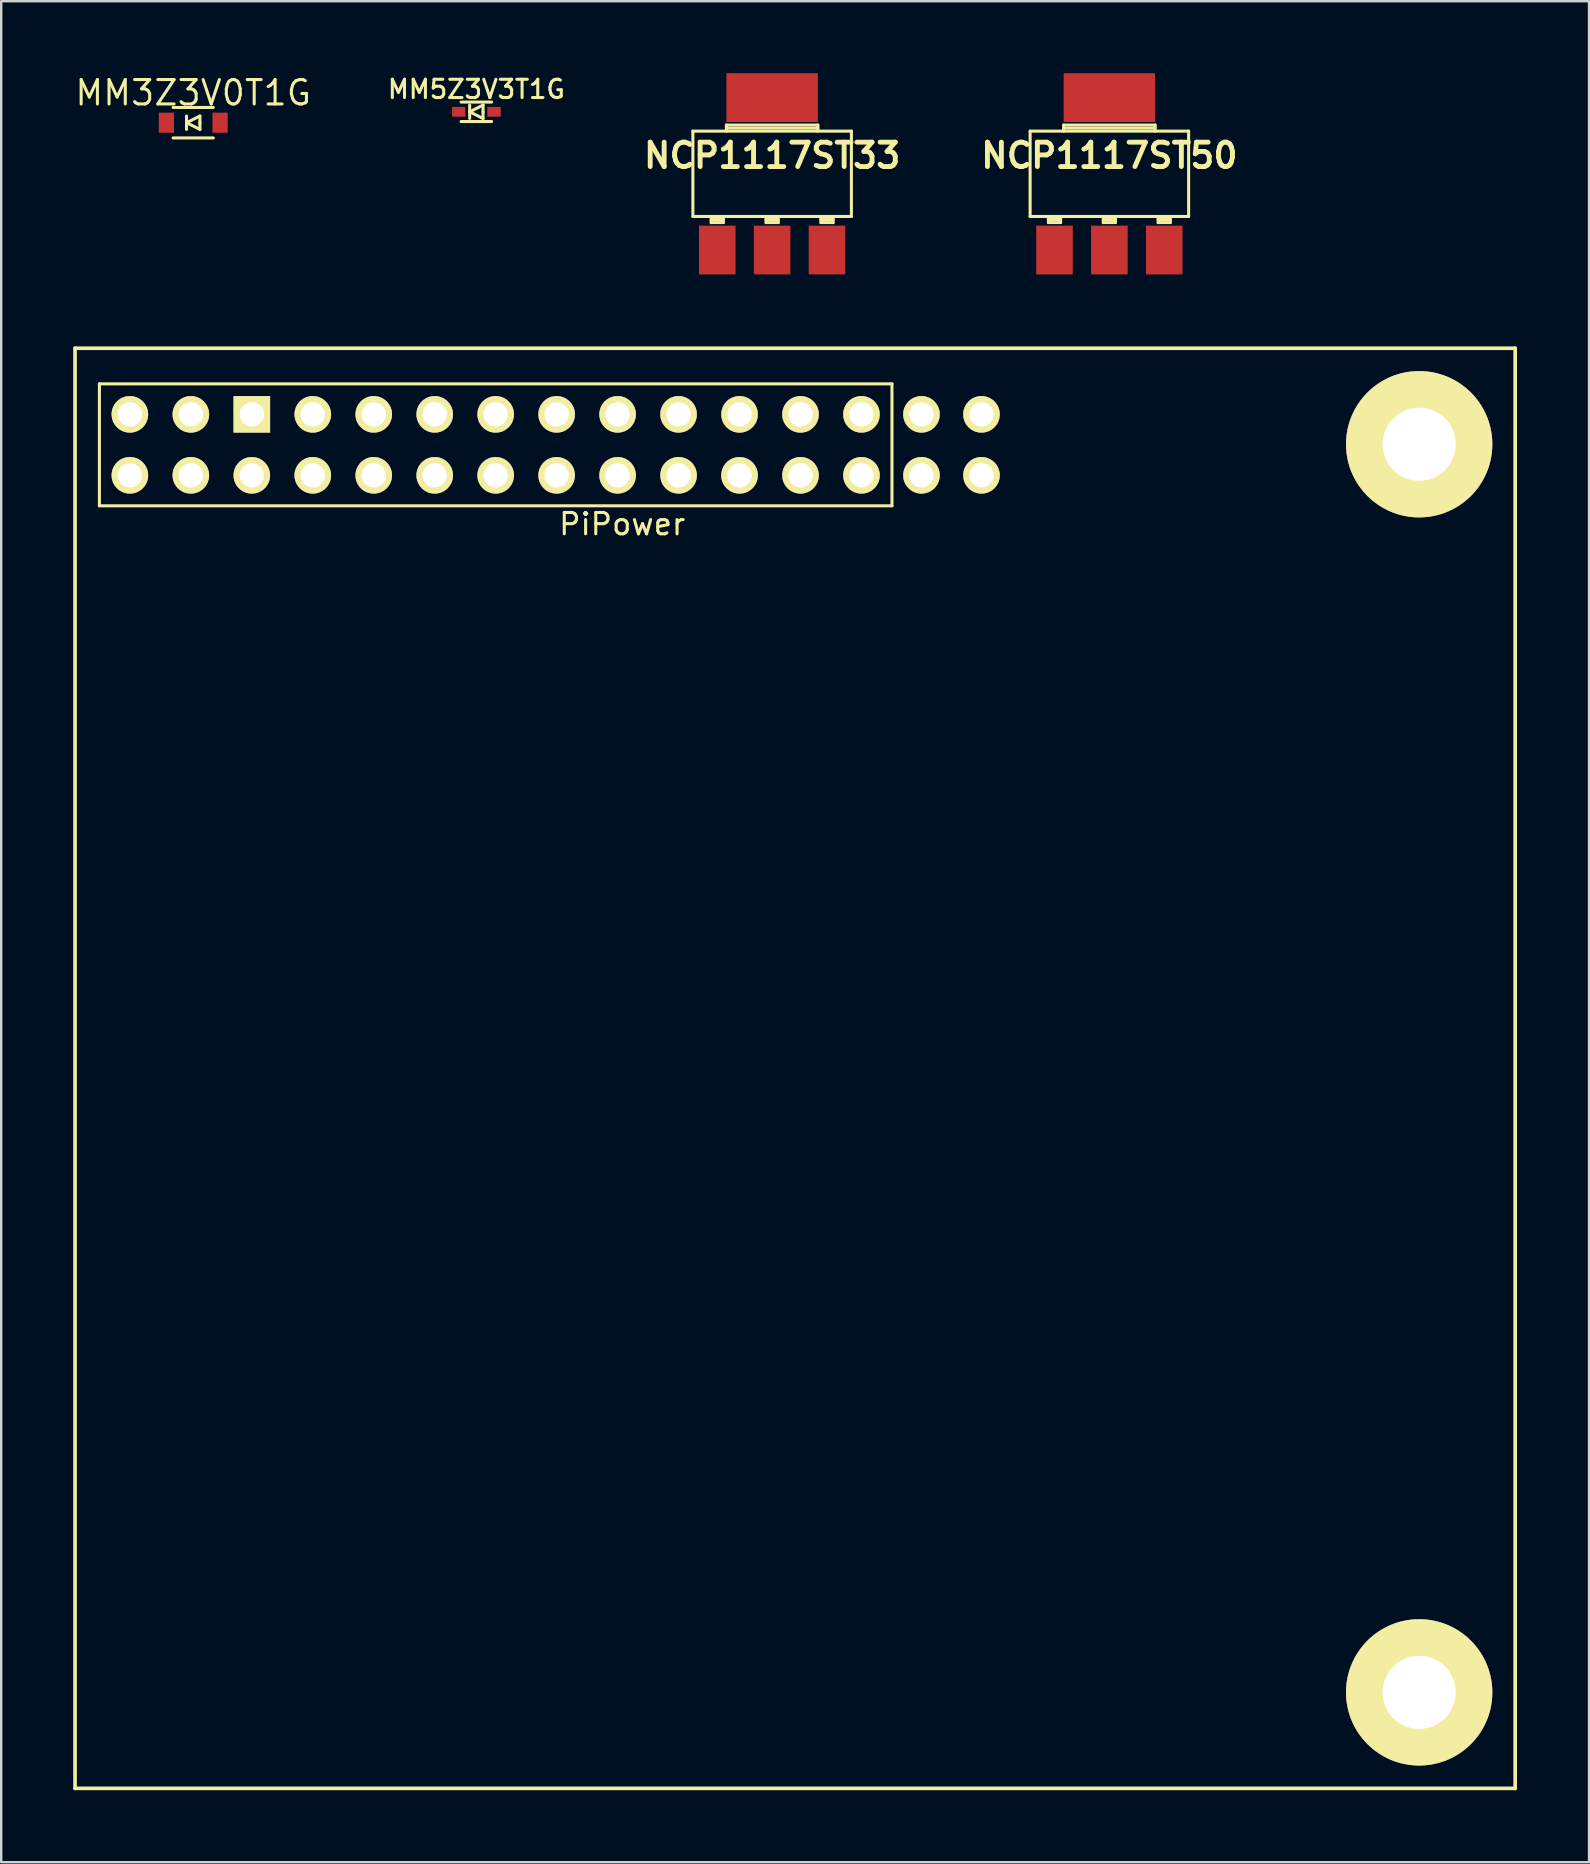
<source format=kicad_pcb>
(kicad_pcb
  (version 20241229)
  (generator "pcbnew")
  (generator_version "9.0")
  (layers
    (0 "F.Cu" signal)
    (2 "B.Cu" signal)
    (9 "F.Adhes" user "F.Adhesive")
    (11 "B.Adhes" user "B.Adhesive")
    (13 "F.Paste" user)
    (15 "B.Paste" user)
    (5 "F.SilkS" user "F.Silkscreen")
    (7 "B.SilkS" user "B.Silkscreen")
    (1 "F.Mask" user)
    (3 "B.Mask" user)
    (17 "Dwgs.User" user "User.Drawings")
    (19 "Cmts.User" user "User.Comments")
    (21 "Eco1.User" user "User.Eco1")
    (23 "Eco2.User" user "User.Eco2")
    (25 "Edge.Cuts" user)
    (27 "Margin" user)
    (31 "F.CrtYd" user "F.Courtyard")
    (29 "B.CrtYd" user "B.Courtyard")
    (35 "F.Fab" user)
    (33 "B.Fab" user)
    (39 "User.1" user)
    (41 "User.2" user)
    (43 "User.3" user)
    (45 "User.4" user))
  (footprint "NCP1117ST50"
    (layer "F.Cu")
    (at 43.169 4.191)
    (property "Reference" "NCP1117ST50" (at 0 -0.762 0) (layer "F.SilkS") (effects (font (size 1.016 1.016) (thickness 0.203))))
    (attr smd)
    (fp_line (start -3.302 -1.778) (end 3.302 -1.778) (stroke (width 0.127) (type solid)) (layer "F.SilkS"))
    (fp_line (start -3.302 1.778) (end -3.302 -1.778) (stroke (width 0.127) (type solid)) (layer "F.SilkS"))
    (fp_line (start -2.54 1.778) (end -2.54 2.032) (stroke (width 0.127) (type solid)) (layer "F.SilkS"))
    (fp_line (start -2.54 2.032) (end -2.032 2.032) (stroke (width 0.127) (type solid)) (layer "F.SilkS"))
    (fp_line (start -2.032 1.905) (end -2.54 1.905) (stroke (width 0.127) (type solid)) (layer "F.SilkS"))
    (fp_line (start -2.032 2.032) (end -2.032 1.778) (stroke (width 0.127) (type solid)) (layer "F.SilkS"))
    (fp_line (start -1.905 -2.032) (end 1.905 -2.032) (stroke (width 0.127) (type solid)) (layer "F.SilkS"))
    (fp_line (start -1.905 -1.778) (end -1.905 -2.032) (stroke (width 0.127) (type solid)) (layer "F.SilkS"))
    (fp_line (start -0.254 1.778) (end -0.254 2.032) (stroke (width 0.127) (type solid)) (layer "F.SilkS"))
    (fp_line (start -0.254 2.032) (end 0.254 2.032) (stroke (width 0.127) (type solid)) (layer "F.SilkS"))
    (fp_line (start 0.254 1.905) (end -0.254 1.905) (stroke (width 0.127) (type solid)) (layer "F.SilkS"))
    (fp_line (start 0.254 2.032) (end 0.254 1.778) (stroke (width 0.127) (type solid)) (layer "F.SilkS"))
    (fp_line (start 1.905 -2.032) (end 1.905 -1.778) (stroke (width 0.127) (type solid)) (layer "F.SilkS"))
    (fp_line (start 1.905 -1.905) (end -1.905 -1.905) (stroke (width 0.127) (type solid)) (layer "F.SilkS"))
    (fp_line (start 2.032 1.778) (end 2.032 2.032) (stroke (width 0.127) (type solid)) (layer "F.SilkS"))
    (fp_line (start 2.032 2.032) (end 2.54 2.032) (stroke (width 0.127) (type solid)) (layer "F.SilkS"))
    (fp_line (start 2.54 1.905) (end 2.032 1.905) (stroke (width 0.127) (type solid)) (layer "F.SilkS"))
    (fp_line (start 2.54 2.032) (end 2.54 1.778) (stroke (width 0.127) (type solid)) (layer "F.SilkS"))
    (fp_line (start 3.302 -1.778) (end 3.302 1.778) (stroke (width 0.127) (type solid)) (layer "F.SilkS"))
    (fp_line (start 3.302 1.778) (end -3.302 1.778) (stroke (width 0.127) (type solid)) (layer "F.SilkS"))
    (pad "1" smd rect (at -2.286 3.175) (size 1.524 2.032) (layers "F.Cu" "F.Mask" "F.Paste"))
    (pad "2" smd rect (at 0 -3.175) (size 3.81 2.032) (layers "F.Cu" "F.Mask" "F.Paste"))
    (pad "2" smd rect (at 0 3.175) (size 1.524 2.032) (layers "F.Cu" "F.Mask" "F.Paste"))
    (pad "3" smd rect (at 2.286 3.175) (size 1.524 2.032) (layers "F.Cu" "F.Mask" "F.Paste")))
  (footprint "NCP1117ST33"
    (layer "F.Cu")
    (at 29.119 4.191)
    (property "Reference" "NCP1117ST33" (at 0 -0.762 0) (layer "F.SilkS") (effects (font (size 1.016 1.016) (thickness 0.203))))
    (attr smd)
    (fp_line (start -3.302 -1.778) (end 3.302 -1.778) (stroke (width 0.127) (type solid)) (layer "F.SilkS"))
    (fp_line (start -3.302 1.778) (end -3.302 -1.778) (stroke (width 0.127) (type solid)) (layer "F.SilkS"))
    (fp_line (start -2.54 1.778) (end -2.54 2.032) (stroke (width 0.127) (type solid)) (layer "F.SilkS"))
    (fp_line (start -2.54 2.032) (end -2.032 2.032) (stroke (width 0.127) (type solid)) (layer "F.SilkS"))
    (fp_line (start -2.032 1.905) (end -2.54 1.905) (stroke (width 0.127) (type solid)) (layer "F.SilkS"))
    (fp_line (start -2.032 2.032) (end -2.032 1.778) (stroke (width 0.127) (type solid)) (layer "F.SilkS"))
    (fp_line (start -1.905 -2.032) (end 1.905 -2.032) (stroke (width 0.127) (type solid)) (layer "F.SilkS"))
    (fp_line (start -1.905 -1.778) (end -1.905 -2.032) (stroke (width 0.127) (type solid)) (layer "F.SilkS"))
    (fp_line (start -0.254 1.778) (end -0.254 2.032) (stroke (width 0.127) (type solid)) (layer "F.SilkS"))
    (fp_line (start -0.254 2.032) (end 0.254 2.032) (stroke (width 0.127) (type solid)) (layer "F.SilkS"))
    (fp_line (start 0.254 1.905) (end -0.254 1.905) (stroke (width 0.127) (type solid)) (layer "F.SilkS"))
    (fp_line (start 0.254 2.032) (end 0.254 1.778) (stroke (width 0.127) (type solid)) (layer "F.SilkS"))
    (fp_line (start 1.905 -2.032) (end 1.905 -1.778) (stroke (width 0.127) (type solid)) (layer "F.SilkS"))
    (fp_line (start 1.905 -1.905) (end -1.905 -1.905) (stroke (width 0.127) (type solid)) (layer "F.SilkS"))
    (fp_line (start 2.032 1.778) (end 2.032 2.032) (stroke (width 0.127) (type solid)) (layer "F.SilkS"))
    (fp_line (start 2.032 2.032) (end 2.54 2.032) (stroke (width 0.127) (type solid)) (layer "F.SilkS"))
    (fp_line (start 2.54 1.905) (end 2.032 1.905) (stroke (width 0.127) (type solid)) (layer "F.SilkS"))
    (fp_line (start 2.54 2.032) (end 2.54 1.778) (stroke (width 0.127) (type solid)) (layer "F.SilkS"))
    (fp_line (start 3.302 -1.778) (end 3.302 1.778) (stroke (width 0.127) (type solid)) (layer "F.SilkS"))
    (fp_line (start 3.302 1.778) (end -3.302 1.778) (stroke (width 0.127) (type solid)) (layer "F.SilkS"))
    (pad "1" smd rect (at -2.286 3.175) (size 1.524 2.032) (layers "F.Cu" "F.Mask" "F.Paste"))
    (pad "2" smd rect (at 0 -3.175) (size 3.81 2.032) (layers "F.Cu" "F.Mask" "F.Paste"))
    (pad "2" smd rect (at 0 3.175) (size 1.524 2.032) (layers "F.Cu" "F.Mask" "F.Paste"))
    (pad "3" smd rect (at 2.286 3.175) (size 1.524 2.032) (layers "F.Cu" "F.Mask" "F.Paste")))
  (footprint "MM3Z3V0T1G"
    (layer "F.Cu")
    (at 5 2.062)
    (property "Reference" "MM3Z3V0T1G" (at 0 -1.245 0) (layer "F.SilkS") (effects (font (size 1.016 1.016) (thickness 0.127))))
    (attr smd)
    (fp_line (start -0.838 -0.635) (end 0.838 -0.635) (stroke (width 0.127) (type solid)) (layer "F.SilkS"))
    (fp_line (start -0.838 0.635) (end 0.838 0.635) (stroke (width 0.127) (type solid)) (layer "F.SilkS"))
    (fp_line (start -0.279 0) (end -0.279 -0.279) (stroke (width 0.127) (type solid)) (layer "F.SilkS"))
    (fp_line (start -0.279 0) (end -0.279 0.279) (stroke (width 0.127) (type solid)) (layer "F.SilkS"))
    (fp_line (start -0.279 0) (end 0.279 0.279) (stroke (width 0.127) (type solid)) (layer "F.SilkS"))
    (fp_line (start 0.279 -0.279) (end -0.279 0) (stroke (width 0.127) (type solid)) (layer "F.SilkS"))
    (fp_line (start 0.279 0) (end 0.279 -0.279) (stroke (width 0.127) (type solid)) (layer "F.SilkS"))
    (fp_line (start 0.279 0.279) (end 0.279 0) (stroke (width 0.127) (type solid)) (layer "F.SilkS"))
    (pad "1" smd rect (at 1.118 0) (size 0.635 0.838) (layers "F.Cu" "F.Mask" "F.Paste"))
    (pad "2" smd rect (at -1.118 0) (size 0.635 0.838) (layers "F.Cu" "F.Mask" "F.Paste")))
  (footprint "MM5Z3V3T1G"
    (layer "F.Cu")
    (at 16.796 1.608)
    (property "Reference" "MM5Z3V3T1G" (at 0 -0.94 0) (layer "F.SilkS") (effects (font (size 0.762 0.762) (thickness 0.127))))
    (attr smd)
    (fp_line (start -0.635 -0.406) (end 0.635 -0.406) (stroke (width 0.127) (type solid)) (layer "F.SilkS"))
    (fp_line (start -0.279 0) (end -0.279 -0.279) (stroke (width 0.127) (type solid)) (layer "F.SilkS"))
    (fp_line (start -0.279 0) (end -0.279 0.279) (stroke (width 0.127) (type solid)) (layer "F.SilkS"))
    (fp_line (start -0.279 0) (end 0.279 0.279) (stroke (width 0.127) (type solid)) (layer "F.SilkS"))
    (fp_line (start 0.279 -0.279) (end -0.279 0) (stroke (width 0.127) (type solid)) (layer "F.SilkS"))
    (fp_line (start 0.279 0) (end 0.279 -0.279) (stroke (width 0.127) (type solid)) (layer "F.SilkS"))
    (fp_line (start 0.279 0.279) (end 0.279 0) (stroke (width 0.127) (type solid)) (layer "F.SilkS"))
    (fp_line (start 0.635 0.406) (end -0.635 0.406) (stroke (width 0.127) (type solid)) (layer "F.SilkS"))
    (pad "1" smd rect (at 0.737 0) (size 0.559 0.406) (layers "F.Cu" "F.Mask" "F.Paste"))
    (pad "2" smd rect (at -0.737 0) (size 0.559 0.406) (layers "F.Cu" "F.Mask" "F.Paste")))
  (footprint "PiPower"
    (layer "F.Cu")
    (at 17.601 15.483)
    (property "Reference" "PiPower" (at 5.271 3.302 0) (layer "F.SilkS") (effects (font (size 0.889 0.889) (thickness 0.127))))
    (attr smd)
    (fp_line (start -17.525 -4.025) (end 42.475 -4.025) (stroke (width 0.152) (type solid)) (layer "F.SilkS"))
    (fp_line (start -17.525 55.975) (end -17.525 -4.025) (stroke (width 0.152) (type solid)) (layer "F.SilkS"))
    (fp_line (start -16.51 -2.54) (end -16.51 2.54) (stroke (width 0.127) (type solid)) (layer "F.SilkS"))
    (fp_line (start -16.51 2.54) (end 16.51 2.54) (stroke (width 0.127) (type solid)) (layer "F.SilkS"))
    (fp_line (start 16.51 -2.54) (end -16.51 -2.54) (stroke (width 0.127) (type solid)) (layer "F.SilkS"))
    (fp_line (start 16.51 2.54) (end 16.51 -2.54) (stroke (width 0.127) (type solid)) (layer "F.SilkS"))
    (fp_line (start 42.475 -4.025) (end 42.475 55.975) (stroke (width 0.152) (type solid)) (layer "F.SilkS"))
    (fp_line (start 42.475 55.975) (end -17.525 55.975) (stroke (width 0.152) (type solid)) (layer "F.SilkS"))
    (pad "" thru_hole circle (at 38.475 -0.025) (size 6.096 6.096) (drill 3.048) (layers "*.Cu" "*.Mask" "F.SilkS"))
    (pad "" thru_hole circle (at 38.475 51.975) (size 6.096 6.096) (drill 3.048) (layers "*.Cu" "*.Mask" "F.SilkS"))
    (pad "1" thru_hole circle (at -15.24 1.27) (size 1.524 1.524) (drill 1.016) (layers "*.Cu" "*.Mask" "F.SilkS"))
    (pad "2" thru_hole circle (at -15.24 -1.27) (size 1.524 1.524) (drill 1.016) (layers "*.Cu" "*.Mask" "F.SilkS"))
    (pad "3" thru_hole circle (at -12.7 1.27) (size 1.524 1.524) (drill 1.016) (layers "*.Cu" "*.Mask" "F.SilkS"))
    (pad "4" thru_hole circle (at -12.7 -1.27) (size 1.524 1.524) (drill 1.016) (layers "*.Cu" "*.Mask" "F.SilkS"))
    (pad "5" thru_hole circle (at -10.16 1.27) (size 1.524 1.524) (drill 1.016) (layers "*.Cu" "*.Mask" "F.SilkS"))
    (pad "6" thru_hole rect (at -10.16 -1.27) (size 1.524 1.524) (drill 1.016) (layers "*.Cu" "*.Mask" "F.SilkS"))
    (pad "7" thru_hole circle (at -7.62 1.27) (size 1.524 1.524) (drill 1.016) (layers "*.Cu" "*.Mask" "F.SilkS"))
    (pad "8" thru_hole circle (at -7.62 -1.27) (size 1.524 1.524) (drill 1.016) (layers "*.Cu" "*.Mask" "F.SilkS"))
    (pad "9" thru_hole circle (at -5.08 1.27) (size 1.524 1.524) (drill 1.016) (layers "*.Cu" "*.Mask" "F.SilkS"))
    (pad "10" thru_hole circle (at -5.08 -1.27) (size 1.524 1.524) (drill 1.016) (layers "*.Cu" "*.Mask" "F.SilkS"))
    (pad "11" thru_hole circle (at -2.54 1.27) (size 1.524 1.524) (drill 1.016) (layers "*.Cu" "*.Mask" "F.SilkS"))
    (pad "12" thru_hole circle (at -2.54 -1.27) (size 1.524 1.524) (drill 1.016) (layers "*.Cu" "*.Mask" "F.SilkS"))
    (pad "13" thru_hole circle (at 0 1.27) (size 1.524 1.524) (drill 1.016) (layers "*.Cu" "*.Mask" "F.SilkS"))
    (pad "14" thru_hole circle (at 0 -1.27) (size 1.524 1.524) (drill 1.016) (layers "*.Cu" "*.Mask" "F.SilkS"))
    (pad "15" thru_hole circle (at 2.54 1.27) (size 1.524 1.524) (drill 1.016) (layers "*.Cu" "*.Mask" "F.SilkS"))
    (pad "16" thru_hole circle (at 2.54 -1.27) (size 1.524 1.524) (drill 1.016) (layers "*.Cu" "*.Mask" "F.SilkS"))
    (pad "17" thru_hole circle (at 5.08 1.27) (size 1.524 1.524) (drill 1.016) (layers "*.Cu" "*.Mask" "F.SilkS"))
    (pad "18" thru_hole circle (at 5.08 -1.27) (size 1.524 1.524) (drill 1.016) (layers "*.Cu" "*.Mask" "F.SilkS"))
    (pad "19" thru_hole circle (at 7.62 1.27) (size 1.524 1.524) (drill 1.016) (layers "*.Cu" "*.Mask" "F.SilkS"))
    (pad "20" thru_hole circle (at 7.62 -1.27) (size 1.524 1.524) (drill 1.016) (layers "*.Cu" "*.Mask" "F.SilkS"))
    (pad "21" thru_hole circle (at 10.16 1.27) (size 1.524 1.524) (drill 1.016) (layers "*.Cu" "*.Mask" "F.SilkS"))
    (pad "22" thru_hole circle (at 10.16 -1.27) (size 1.524 1.524) (drill 1.016) (layers "*.Cu" "*.Mask" "F.SilkS"))
    (pad "23" thru_hole circle (at 12.7 1.27) (size 1.524 1.524) (drill 1.016) (layers "*.Cu" "*.Mask" "F.SilkS"))
    (pad "24" thru_hole circle (at 12.7 -1.27) (size 1.524 1.524) (drill 1.016) (layers "*.Cu" "*.Mask" "F.SilkS"))
    (pad "25" thru_hole circle (at 15.24 1.27) (size 1.524 1.524) (drill 1.016) (layers "*.Cu" "*.Mask" "F.SilkS"))
    (pad "26" thru_hole circle (at 15.24 -1.27) (size 1.524 1.524) (drill 1.016) (layers "*.Cu" "*.Mask" "F.SilkS"))
    (pad "27" thru_hole circle (at 17.74 1.27) (size 1.524 1.524) (drill 1.016) (layers "*.Cu" "*.Mask" "F.SilkS"))
    (pad "28" thru_hole circle (at 17.74 -1.27) (size 1.524 1.524) (drill 1.016) (layers "*.Cu" "*.Mask" "F.SilkS"))
    (pad "29" thru_hole circle (at 20.24 1.27) (size 1.524 1.524) (drill 1.016) (layers "*.Cu" "*.Mask" "F.SilkS"))
    (pad "30" thru_hole circle (at 20.24 -1.27) (size 1.524 1.524) (drill 1.016) (layers "*.Cu" "*.Mask" "F.SilkS")))
  (gr_rect
    (start -3 -3)
    (end 63.152 74.534)
    (stroke (width 0.1) (type default))
    (fill no)
    (layer "Edge.Cuts")))
</source>
